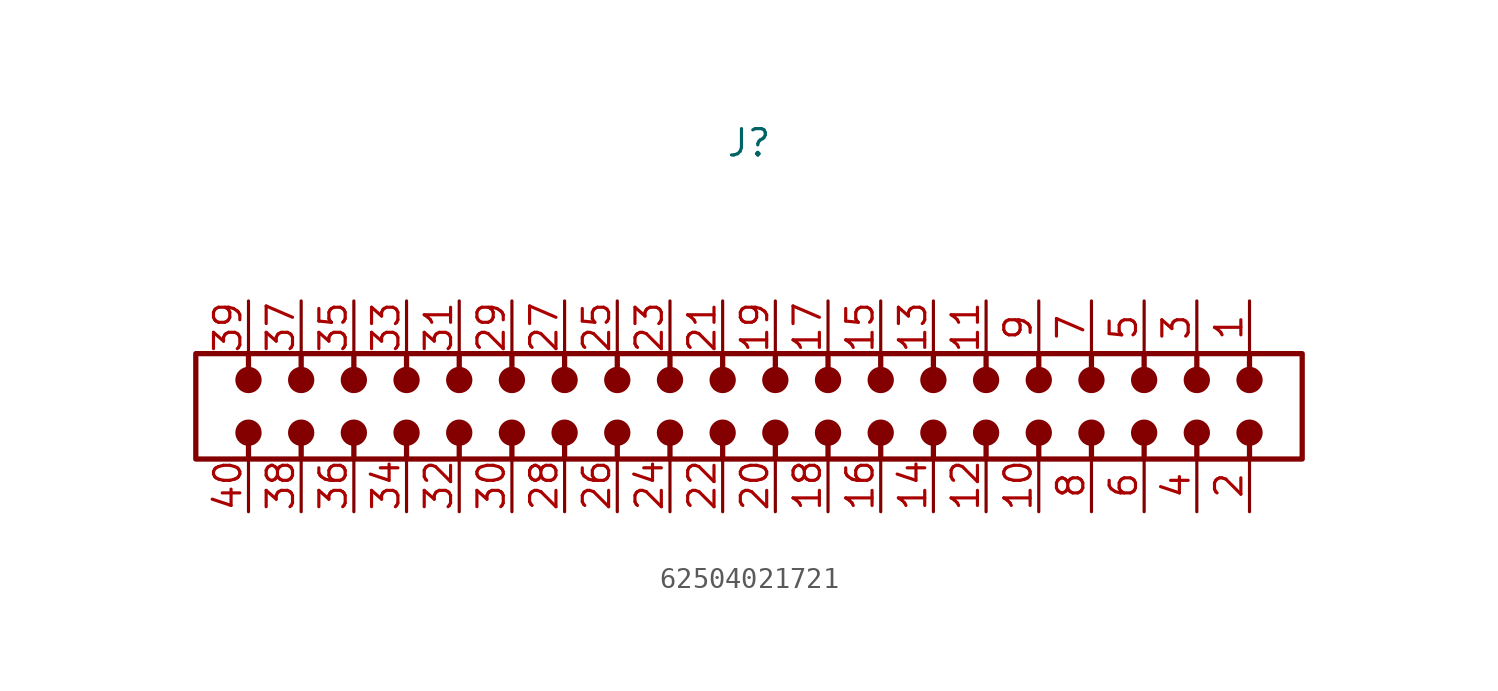
<source format=kicad_sym>
(kicad_symbol_lib
  (version 20241209)
  (generator "kicad_symbol_editor")
  (generator_version "9.0")
  (symbol "62504021721"
    (pin_names
      (hide yes))
    (property "Reference" "J"
      (at 0 12.7 0)
      (effects (font (size 1.27 1.27))))
    (symbol "62504021721_1_1"
      (rectangle (start -26.67 2.54) (end 26.67 -2.54) (stroke (width 0.254) (type solid)) (fill (type none)))
      (polyline (pts (xy -24.13 1.778) (xy -24.13 2.54)) (stroke (width 0.254) (type solid)) (fill (type none)))
      (circle (center -24.13 1.27) (radius 0.508) (stroke (width 0.254) (type solid)) (fill (type outline)))
      (circle (center -24.13 -1.27) (radius 0.508) (stroke (width 0.254) (type solid)) (fill (type outline)))
      (polyline (pts (xy -24.13 -1.778) (xy -24.13 -2.54)) (stroke (width 0.254) (type solid)) (fill (type none)))
      (polyline (pts (xy -21.59 1.778) (xy -21.59 2.54)) (stroke (width 0.254) (type solid)) (fill (type none)))
      (circle (center -21.59 1.27) (radius 0.508) (stroke (width 0.254) (type solid)) (fill (type outline)))
      (circle (center -21.59 -1.27) (radius 0.508) (stroke (width 0.254) (type solid)) (fill (type outline)))
      (polyline (pts (xy -21.59 -1.778) (xy -21.59 -2.54)) (stroke (width 0.254) (type solid)) (fill (type none)))
      (polyline (pts (xy -19.05 1.778) (xy -19.05 2.54)) (stroke (width 0.254) (type solid)) (fill (type none)))
      (circle (center -19.05 1.27) (radius 0.508) (stroke (width 0.254) (type solid)) (fill (type outline)))
      (circle (center -19.05 -1.27) (radius 0.508) (stroke (width 0.254) (type solid)) (fill (type outline)))
      (polyline (pts (xy -19.05 -1.778) (xy -19.05 -2.54)) (stroke (width 0.254) (type solid)) (fill (type none)))
      (polyline (pts (xy -16.51 1.778) (xy -16.51 2.54)) (stroke (width 0.254) (type solid)) (fill (type none)))
      (circle (center -16.51 1.27) (radius 0.508) (stroke (width 0.254) (type solid)) (fill (type outline)))
      (circle (center -16.51 -1.27) (radius 0.508) (stroke (width 0.254) (type solid)) (fill (type outline)))
      (polyline (pts (xy -16.51 -1.778) (xy -16.51 -2.54)) (stroke (width 0.254) (type solid)) (fill (type none)))
      (polyline (pts (xy -13.97 1.778) (xy -13.97 2.54)) (stroke (width 0.254) (type solid)) (fill (type none)))
      (circle (center -13.97 1.27) (radius 0.508) (stroke (width 0.254) (type solid)) (fill (type outline)))
      (circle (center -13.97 -1.27) (radius 0.508) (stroke (width 0.254) (type solid)) (fill (type outline)))
      (polyline (pts (xy -13.97 -1.778) (xy -13.97 -2.54)) (stroke (width 0.254) (type solid)) (fill (type none)))
      (polyline (pts (xy -11.43 1.778) (xy -11.43 2.54)) (stroke (width 0.254) (type solid)) (fill (type none)))
      (circle (center -11.43 1.27) (radius 0.508) (stroke (width 0.254) (type solid)) (fill (type outline)))
      (circle (center -11.43 -1.27) (radius 0.508) (stroke (width 0.254) (type solid)) (fill (type outline)))
      (polyline (pts (xy -11.43 -1.778) (xy -11.43 -2.54)) (stroke (width 0.254) (type solid)) (fill (type none)))
      (polyline (pts (xy -8.89 1.778) (xy -8.89 2.54)) (stroke (width 0.254) (type solid)) (fill (type none)))
      (circle (center -8.89 1.27) (radius 0.508) (stroke (width 0.254) (type solid)) (fill (type outline)))
      (circle (center -8.89 -1.27) (radius 0.508) (stroke (width 0.254) (type solid)) (fill (type outline)))
      (polyline (pts (xy -8.89 -1.778) (xy -8.89 -2.54)) (stroke (width 0.254) (type solid)) (fill (type none)))
      (polyline (pts (xy -6.35 1.778) (xy -6.35 2.54)) (stroke (width 0.254) (type solid)) (fill (type none)))
      (circle (center -6.35 1.27) (radius 0.508) (stroke (width 0.254) (type solid)) (fill (type outline)))
      (circle (center -6.35 -1.27) (radius 0.508) (stroke (width 0.254) (type solid)) (fill (type outline)))
      (polyline (pts (xy -6.35 -1.778) (xy -6.35 -2.54)) (stroke (width 0.254) (type solid)) (fill (type none)))
      (polyline (pts (xy -3.81 1.778) (xy -3.81 2.54)) (stroke (width 0.254) (type solid)) (fill (type none)))
      (circle (center -3.81 1.27) (radius 0.508) (stroke (width 0.254) (type solid)) (fill (type outline)))
      (circle (center -3.81 -1.27) (radius 0.508) (stroke (width 0.254) (type solid)) (fill (type outline)))
      (polyline (pts (xy -3.81 -1.778) (xy -3.81 -2.54)) (stroke (width 0.254) (type solid)) (fill (type none)))
      (polyline (pts (xy -1.27 1.778) (xy -1.27 2.54)) (stroke (width 0.254) (type solid)) (fill (type none)))
      (circle (center -1.27 1.27) (radius 0.508) (stroke (width 0.254) (type solid)) (fill (type outline)))
      (circle (center -1.27 -1.27) (radius 0.508) (stroke (width 0.254) (type solid)) (fill (type outline)))
      (polyline (pts (xy -1.27 -1.778) (xy -1.27 -2.54)) (stroke (width 0.254) (type solid)) (fill (type none)))
      (polyline (pts (xy 1.27 1.778) (xy 1.27 2.54)) (stroke (width 0.254) (type solid)) (fill (type none)))
      (circle (center 1.27 1.27) (radius 0.508) (stroke (width 0.254) (type solid)) (fill (type outline)))
      (circle (center 1.27 -1.27) (radius 0.508) (stroke (width 0.254) (type solid)) (fill (type outline)))
      (polyline (pts (xy 1.27 -1.778) (xy 1.27 -2.54)) (stroke (width 0.254) (type solid)) (fill (type none)))
      (polyline (pts (xy 3.81 1.778) (xy 3.81 2.54)) (stroke (width 0.254) (type solid)) (fill (type none)))
      (circle (center 3.81 1.27) (radius 0.508) (stroke (width 0.254) (type solid)) (fill (type outline)))
      (circle (center 3.81 -1.27) (radius 0.508) (stroke (width 0.254) (type solid)) (fill (type outline)))
      (polyline (pts (xy 3.81 -1.778) (xy 3.81 -2.54)) (stroke (width 0.254) (type solid)) (fill (type none)))
      (polyline (pts (xy 6.35 1.778) (xy 6.35 2.54)) (stroke (width 0.254) (type solid)) (fill (type none)))
      (circle (center 6.35 1.27) (radius 0.508) (stroke (width 0.254) (type solid)) (fill (type outline)))
      (circle (center 6.35 -1.27) (radius 0.508) (stroke (width 0.254) (type solid)) (fill (type outline)))
      (polyline (pts (xy 6.35 -1.778) (xy 6.35 -2.54)) (stroke (width 0.254) (type solid)) (fill (type none)))
      (polyline (pts (xy 8.89 1.778) (xy 8.89 2.54)) (stroke (width 0.254) (type solid)) (fill (type none)))
      (circle (center 8.89 1.27) (radius 0.508) (stroke (width 0.254) (type solid)) (fill (type outline)))
      (circle (center 8.89 -1.27) (radius 0.508) (stroke (width 0.254) (type solid)) (fill (type outline)))
      (polyline (pts (xy 8.89 -1.778) (xy 8.89 -2.54)) (stroke (width 0.254) (type solid)) (fill (type none)))
      (polyline (pts (xy 11.43 1.778) (xy 11.43 2.54)) (stroke (width 0.254) (type solid)) (fill (type none)))
      (circle (center 11.43 1.27) (radius 0.508) (stroke (width 0.254) (type solid)) (fill (type outline)))
      (circle (center 11.43 -1.27) (radius 0.508) (stroke (width 0.254) (type solid)) (fill (type outline)))
      (polyline (pts (xy 11.43 -1.778) (xy 11.43 -2.54)) (stroke (width 0.254) (type solid)) (fill (type none)))
      (polyline (pts (xy 13.97 1.778) (xy 13.97 2.54)) (stroke (width 0.254) (type solid)) (fill (type none)))
      (circle (center 13.97 1.27) (radius 0.508) (stroke (width 0.254) (type solid)) (fill (type outline)))
      (circle (center 13.97 -1.27) (radius 0.508) (stroke (width 0.254) (type solid)) (fill (type outline)))
      (polyline (pts (xy 13.97 -1.778) (xy 13.97 -2.54)) (stroke (width 0.254) (type solid)) (fill (type none)))
      (polyline (pts (xy 16.51 1.778) (xy 16.51 2.54)) (stroke (width 0.254) (type solid)) (fill (type none)))
      (circle (center 16.51 1.27) (radius 0.508) (stroke (width 0.254) (type solid)) (fill (type outline)))
      (circle (center 16.51 -1.27) (radius 0.508) (stroke (width 0.254) (type solid)) (fill (type outline)))
      (polyline (pts (xy 16.51 -1.778) (xy 16.51 -2.54)) (stroke (width 0.254) (type solid)) (fill (type none)))
      (polyline (pts (xy 19.05 1.778) (xy 19.05 2.54)) (stroke (width 0.254) (type solid)) (fill (type none)))
      (circle (center 19.05 1.27) (radius 0.508) (stroke (width 0.254) (type solid)) (fill (type outline)))
      (circle (center 19.05 -1.27) (radius 0.508) (stroke (width 0.254) (type solid)) (fill (type outline)))
      (polyline (pts (xy 19.05 -1.778) (xy 19.05 -2.54)) (stroke (width 0.254) (type solid)) (fill (type none)))
      (polyline (pts (xy 21.59 1.778) (xy 21.59 2.54)) (stroke (width 0.254) (type solid)) (fill (type none)))
      (circle (center 21.59 1.27) (radius 0.508) (stroke (width 0.254) (type solid)) (fill (type outline)))
      (circle (center 21.59 -1.27) (radius 0.508) (stroke (width 0.254) (type solid)) (fill (type outline)))
      (polyline (pts (xy 21.59 -1.778) (xy 21.59 -2.54)) (stroke (width 0.254) (type solid)) (fill (type none)))
      (polyline (pts (xy 24.13 1.778) (xy 24.13 2.54)) (stroke (width 0.254) (type solid)) (fill (type none)))
      (circle (center 24.13 1.27) (radius 0.508) (stroke (width 0.254) (type solid)) (fill (type outline)))
      (circle (center 24.13 -1.27) (radius 0.508) (stroke (width 0.254) (type solid)) (fill (type outline)))
      (polyline (pts (xy 24.13 -1.778) (xy 24.13 -2.54)) (stroke (width 0.254) (type solid)) (fill (type none)))
      (pin passive line (at -24.13 5.08 270) (length 2.54) (name "39" (effects (font (size 1.27 1.27)))) (number "39" (effects (font (size 1.27 1.27)))))
      (pin passive line (at -24.13 -5.08 90) (length 2.54) (name "40" (effects (font (size 1.27 1.27)))) (number "40" (effects (font (size 1.27 1.27)))))
      (pin passive line (at -21.59 5.08 270) (length 2.54) (name "37" (effects (font (size 1.27 1.27)))) (number "37" (effects (font (size 1.27 1.27)))))
      (pin passive line (at -21.59 -5.08 90) (length 2.54) (name "38" (effects (font (size 1.27 1.27)))) (number "38" (effects (font (size 1.27 1.27)))))
      (pin passive line (at -19.05 5.08 270) (length 2.54) (name "35" (effects (font (size 1.27 1.27)))) (number "35" (effects (font (size 1.27 1.27)))))
      (pin passive line (at -19.05 -5.08 90) (length 2.54) (name "36" (effects (font (size 1.27 1.27)))) (number "36" (effects (font (size 1.27 1.27)))))
      (pin passive line (at -16.51 5.08 270) (length 2.54) (name "33" (effects (font (size 1.27 1.27)))) (number "33" (effects (font (size 1.27 1.27)))))
      (pin passive line (at -16.51 -5.08 90) (length 2.54) (name "34" (effects (font (size 1.27 1.27)))) (number "34" (effects (font (size 1.27 1.27)))))
      (pin passive line (at -13.97 5.08 270) (length 2.54) (name "31" (effects (font (size 1.27 1.27)))) (number "31" (effects (font (size 1.27 1.27)))))
      (pin passive line (at -13.97 -5.08 90) (length 2.54) (name "32" (effects (font (size 1.27 1.27)))) (number "32" (effects (font (size 1.27 1.27)))))
      (pin passive line (at -11.43 5.08 270) (length 2.54) (name "29" (effects (font (size 1.27 1.27)))) (number "29" (effects (font (size 1.27 1.27)))))
      (pin passive line (at -11.43 -5.08 90) (length 2.54) (name "30" (effects (font (size 1.27 1.27)))) (number "30" (effects (font (size 1.27 1.27)))))
      (pin passive line (at -8.89 5.08 270) (length 2.54) (name "27" (effects (font (size 1.27 1.27)))) (number "27" (effects (font (size 1.27 1.27)))))
      (pin passive line (at -8.89 -5.08 90) (length 2.54) (name "28" (effects (font (size 1.27 1.27)))) (number "28" (effects (font (size 1.27 1.27)))))
      (pin passive line (at -6.35 5.08 270) (length 2.54) (name "25" (effects (font (size 1.27 1.27)))) (number "25" (effects (font (size 1.27 1.27)))))
      (pin passive line (at -6.35 -5.08 90) (length 2.54) (name "26" (effects (font (size 1.27 1.27)))) (number "26" (effects (font (size 1.27 1.27)))))
      (pin passive line (at -3.81 5.08 270) (length 2.54) (name "23" (effects (font (size 1.27 1.27)))) (number "23" (effects (font (size 1.27 1.27)))))
      (pin passive line (at -3.81 -5.08 90) (length 2.54) (name "24" (effects (font (size 1.27 1.27)))) (number "24" (effects (font (size 1.27 1.27)))))
      (pin passive line (at -1.27 5.08 270) (length 2.54) (name "21" (effects (font (size 1.27 1.27)))) (number "21" (effects (font (size 1.27 1.27)))))
      (pin passive line (at -1.27 -5.08 90) (length 2.54) (name "22" (effects (font (size 1.27 1.27)))) (number "22" (effects (font (size 1.27 1.27)))))
      (pin passive line (at 1.27 5.08 270) (length 2.54) (name "19" (effects (font (size 1.27 1.27)))) (number "19" (effects (font (size 1.27 1.27)))))
      (pin passive line (at 1.27 -5.08 90) (length 2.54) (name "20" (effects (font (size 1.27 1.27)))) (number "20" (effects (font (size 1.27 1.27)))))
      (pin passive line (at 3.81 5.08 270) (length 2.54) (name "17" (effects (font (size 1.27 1.27)))) (number "17" (effects (font (size 1.27 1.27)))))
      (pin passive line (at 3.81 -5.08 90) (length 2.54) (name "18" (effects (font (size 1.27 1.27)))) (number "18" (effects (font (size 1.27 1.27)))))
      (pin passive line (at 6.35 5.08 270) (length 2.54) (name "15" (effects (font (size 1.27 1.27)))) (number "15" (effects (font (size 1.27 1.27)))))
      (pin passive line (at 6.35 -5.08 90) (length 2.54) (name "16" (effects (font (size 1.27 1.27)))) (number "16" (effects (font (size 1.27 1.27)))))
      (pin passive line (at 8.89 5.08 270) (length 2.54) (name "13" (effects (font (size 1.27 1.27)))) (number "13" (effects (font (size 1.27 1.27)))))
      (pin passive line (at 8.89 -5.08 90) (length 2.54) (name "14" (effects (font (size 1.27 1.27)))) (number "14" (effects (font (size 1.27 1.27)))))
      (pin passive line (at 11.43 5.08 270) (length 2.54) (name "11" (effects (font (size 1.27 1.27)))) (number "11" (effects (font (size 1.27 1.27)))))
      (pin passive line (at 11.43 -5.08 90) (length 2.54) (name "12" (effects (font (size 1.27 1.27)))) (number "12" (effects (font (size 1.27 1.27)))))
      (pin passive line (at 13.97 5.08 270) (length 2.54) (name "9" (effects (font (size 1.27 1.27)))) (number "9" (effects (font (size 1.27 1.27)))))
      (pin passive line (at 13.97 -5.08 90) (length 2.54) (name "10" (effects (font (size 1.27 1.27)))) (number "10" (effects (font (size 1.27 1.27)))))
      (pin passive line (at 16.51 5.08 270) (length 2.54) (name "7" (effects (font (size 1.27 1.27)))) (number "7" (effects (font (size 1.27 1.27)))))
      (pin passive line (at 16.51 -5.08 90) (length 2.54) (name "8" (effects (font (size 1.27 1.27)))) (number "8" (effects (font (size 1.27 1.27)))))
      (pin passive line (at 19.05 5.08 270) (length 2.54) (name "5" (effects (font (size 1.27 1.27)))) (number "5" (effects (font (size 1.27 1.27)))))
      (pin passive line (at 19.05 -5.08 90) (length 2.54) (name "6" (effects (font (size 1.27 1.27)))) (number "6" (effects (font (size 1.27 1.27)))))
      (pin passive line (at 21.59 5.08 270) (length 2.54) (name "3" (effects (font (size 1.27 1.27)))) (number "3" (effects (font (size 1.27 1.27)))))
      (pin passive line (at 21.59 -5.08 90) (length 2.54) (name "4" (effects (font (size 1.27 1.27)))) (number "4" (effects (font (size 1.27 1.27)))))
      (pin passive line (at 24.13 5.08 270) (length 2.54) (name "1" (effects (font (size 1.27 1.27)))) (number "1" (effects (font (size 1.27 1.27)))))
      (pin passive line (at 24.13 -5.08 90) (length 2.54) (name "2" (effects (font (size 1.27 1.27)))) (number "2" (effects (font (size 1.27 1.27))))))))
</source>
